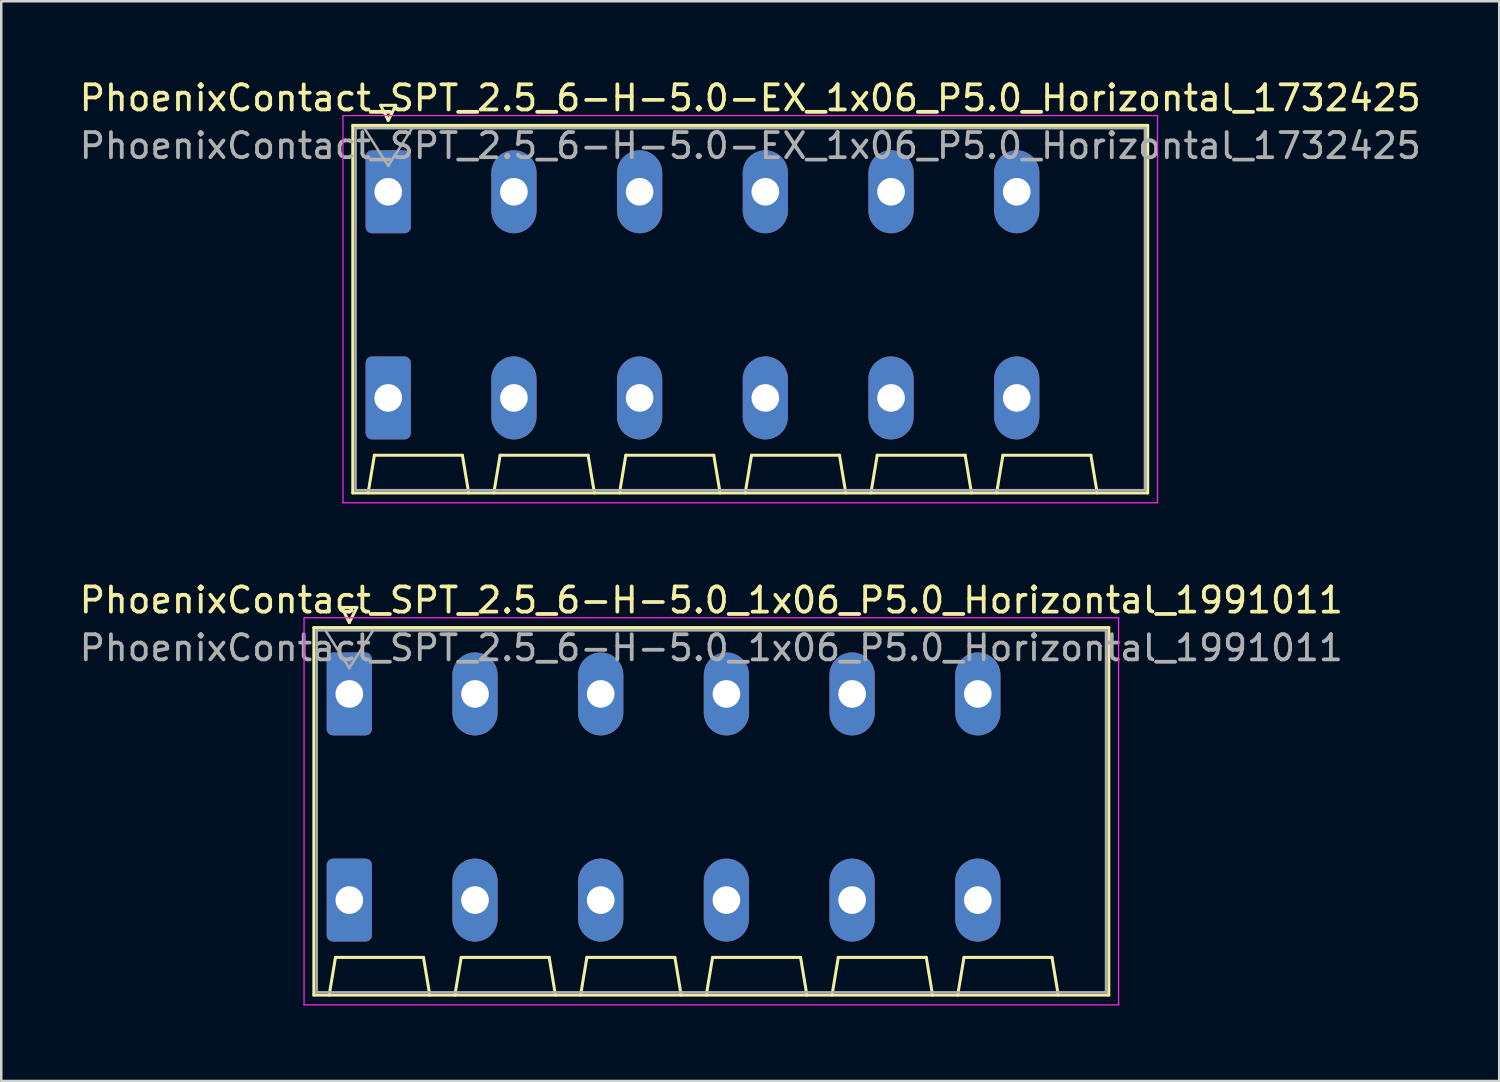
<source format=kicad_pcb>
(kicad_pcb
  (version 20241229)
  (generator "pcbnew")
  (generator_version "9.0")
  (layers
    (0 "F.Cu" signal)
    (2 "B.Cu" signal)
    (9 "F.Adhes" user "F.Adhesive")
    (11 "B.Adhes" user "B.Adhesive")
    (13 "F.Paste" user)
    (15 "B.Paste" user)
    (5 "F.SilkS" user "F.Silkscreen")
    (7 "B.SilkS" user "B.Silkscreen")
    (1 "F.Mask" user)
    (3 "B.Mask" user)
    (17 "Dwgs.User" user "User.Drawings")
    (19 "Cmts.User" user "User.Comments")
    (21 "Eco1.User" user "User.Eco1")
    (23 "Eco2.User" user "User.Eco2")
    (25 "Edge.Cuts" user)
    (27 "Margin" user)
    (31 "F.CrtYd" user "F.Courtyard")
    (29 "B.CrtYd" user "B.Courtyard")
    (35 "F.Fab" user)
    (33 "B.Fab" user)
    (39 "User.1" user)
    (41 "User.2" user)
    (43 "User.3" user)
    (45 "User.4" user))
  (footprint "PhoenixContact_SPT_2.5_6-H-5.0-EX_1x06_P5.0_Horizontal_1732425"
    (layer "F.Cu")
    (at 12.392 4.578)
    (property "Reference" "PhoenixContact_SPT_2.5_6-H-5.0-EX_1x06_P5.0_Horizontal_1732425" (at 14.4 -3.73 0) (layer "F.SilkS") (effects (font (size 1 1) (thickness 0.15))))
    (attr through_hole)
    (fp_line (start -1.41 -2.64) (end 30.21 -2.64) (stroke (width 0.12) (type solid)) (layer "F.SilkS"))
    (fp_line (start -1.41 11.98) (end -1.41 -2.64) (stroke (width 0.12) (type solid)) (layer "F.SilkS"))
    (fp_line (start -0.8 11.98) (end -0.55 10.48) (stroke (width 0.12) (type solid)) (layer "F.SilkS"))
    (fp_line (start -0.55 10.48) (end 2.95 10.48) (stroke (width 0.12) (type solid)) (layer "F.SilkS"))
    (fp_line (start -0.3 -3.44) (end 0 -2.84) (stroke (width 0.12) (type solid)) (layer "F.SilkS"))
    (fp_line (start -0.3 -3.44) (end 0.3 -3.44) (stroke (width 0.12) (type solid)) (layer "F.SilkS"))
    (fp_line (start 0.3 -3.44) (end 0 -2.84) (stroke (width 0.12) (type solid)) (layer "F.SilkS"))
    (fp_line (start 3.2 11.98) (end 2.95 10.48) (stroke (width 0.12) (type solid)) (layer "F.SilkS"))
    (fp_line (start 4.2 11.98) (end 4.45 10.48) (stroke (width 0.12) (type solid)) (layer "F.SilkS"))
    (fp_line (start 4.45 10.48) (end 7.95 10.48) (stroke (width 0.12) (type solid)) (layer "F.SilkS"))
    (fp_line (start 8.2 11.98) (end 7.95 10.48) (stroke (width 0.12) (type solid)) (layer "F.SilkS"))
    (fp_line (start 9.2 11.98) (end 9.45 10.48) (stroke (width 0.12) (type solid)) (layer "F.SilkS"))
    (fp_line (start 9.45 10.48) (end 12.95 10.48) (stroke (width 0.12) (type solid)) (layer "F.SilkS"))
    (fp_line (start 13.2 11.98) (end 12.95 10.48) (stroke (width 0.12) (type solid)) (layer "F.SilkS"))
    (fp_line (start 14.2 11.98) (end 14.45 10.48) (stroke (width 0.12) (type solid)) (layer "F.SilkS"))
    (fp_line (start 14.45 10.48) (end 17.95 10.48) (stroke (width 0.12) (type solid)) (layer "F.SilkS"))
    (fp_line (start 18.2 11.98) (end 17.95 10.48) (stroke (width 0.12) (type solid)) (layer "F.SilkS"))
    (fp_line (start 19.2 11.98) (end 19.45 10.48) (stroke (width 0.12) (type solid)) (layer "F.SilkS"))
    (fp_line (start 19.45 10.48) (end 22.95 10.48) (stroke (width 0.12) (type solid)) (layer "F.SilkS"))
    (fp_line (start 23.2 11.98) (end 22.95 10.48) (stroke (width 0.12) (type solid)) (layer "F.SilkS"))
    (fp_line (start 24.2 11.98) (end 24.45 10.48) (stroke (width 0.12) (type solid)) (layer "F.SilkS"))
    (fp_line (start 24.45 10.48) (end 27.95 10.48) (stroke (width 0.12) (type solid)) (layer "F.SilkS"))
    (fp_line (start 28.2 11.98) (end 27.95 10.48) (stroke (width 0.12) (type solid)) (layer "F.SilkS"))
    (fp_line (start 30.21 -2.64) (end 30.21 11.98) (stroke (width 0.12) (type solid)) (layer "F.SilkS"))
    (fp_line (start 30.21 11.98) (end -1.41 11.98) (stroke (width 0.12) (type solid)) (layer "F.SilkS"))
    (fp_line (start -1.8 -3.03) (end -1.8 12.37) (stroke (width 0.05) (type solid)) (layer "F.CrtYd"))
    (fp_line (start -1.8 12.37) (end 30.6 12.37) (stroke (width 0.05) (type solid)) (layer "F.CrtYd"))
    (fp_line (start 30.6 -3.03) (end -1.8 -3.03) (stroke (width 0.05) (type solid)) (layer "F.CrtYd"))
    (fp_line (start 30.6 12.37) (end 30.6 -3.03) (stroke (width 0.05) (type solid)) (layer "F.CrtYd"))
    (fp_line (start -1.3 -2.53) (end -1.3 11.87) (stroke (width 0.1) (type solid)) (layer "F.Fab"))
    (fp_line (start -1.3 11.87) (end 30.1 11.87) (stroke (width 0.1) (type solid)) (layer "F.Fab"))
    (fp_line (start -0.95 -2.53) (end 0 -1.03) (stroke (width 0.1) (type solid)) (layer "F.Fab"))
    (fp_line (start 0.95 -2.53) (end 0 -1.03) (stroke (width 0.1) (type solid)) (layer "F.Fab"))
    (fp_line (start 30.1 -2.53) (end -1.3 -2.53) (stroke (width 0.1) (type solid)) (layer "F.Fab"))
    (fp_line (start 30.1 11.87) (end 30.1 -2.53) (stroke (width 0.1) (type solid)) (layer "F.Fab"))
    (fp_text user "${REFERENCE}" (at 14.4 -1.83 0) (layer "F.Fab") (effects (font (size 1 1) (thickness 0.15))))
    (pad "1" thru_hole roundrect (at 0 0) (size 1.8 3.3) (drill 1.1) (layers "*.Cu" "*.Mask") (roundrect_rratio 0.139))
    (pad "1" thru_hole roundrect (at 0 8.2) (size 1.8 3.3) (drill 1.1) (layers "*.Cu" "*.Mask") (roundrect_rratio 0.139))
    (pad "2" thru_hole oval (at 5 0) (size 1.8 3.3) (drill 1.1) (layers "*.Cu" "*.Mask"))
    (pad "2" thru_hole oval (at 5 8.2) (size 1.8 3.3) (drill 1.1) (layers "*.Cu" "*.Mask"))
    (pad "3" thru_hole oval (at 10 0) (size 1.8 3.3) (drill 1.1) (layers "*.Cu" "*.Mask"))
    (pad "3" thru_hole oval (at 10 8.2) (size 1.8 3.3) (drill 1.1) (layers "*.Cu" "*.Mask"))
    (pad "4" thru_hole oval (at 15 0) (size 1.8 3.3) (drill 1.1) (layers "*.Cu" "*.Mask"))
    (pad "4" thru_hole oval (at 15 8.2) (size 1.8 3.3) (drill 1.1) (layers "*.Cu" "*.Mask"))
    (pad "5" thru_hole oval (at 20 0) (size 1.8 3.3) (drill 1.1) (layers "*.Cu" "*.Mask"))
    (pad "5" thru_hole oval (at 20 8.2) (size 1.8 3.3) (drill 1.1) (layers "*.Cu" "*.Mask"))
    (pad "6" thru_hole oval (at 25 0) (size 1.8 3.3) (drill 1.1) (layers "*.Cu" "*.Mask"))
    (pad "6" thru_hole oval (at 25 8.2) (size 1.8 3.3) (drill 1.1) (layers "*.Cu" "*.Mask")))
  (footprint "PhoenixContact_SPT_2.5_6-H-5.0_1x06_P5.0_Horizontal_1991011"
    (layer "F.Cu")
    (at 10.844 24.552)
    (property "Reference" "PhoenixContact_SPT_2.5_6-H-5.0_1x06_P5.0_Horizontal_1991011" (at 14.4 -3.73 0) (layer "F.SilkS") (effects (font (size 1 1) (thickness 0.15))))
    (attr through_hole)
    (fp_line (start -1.41 -2.64) (end 30.21 -2.64) (stroke (width 0.12) (type solid)) (layer "F.SilkS"))
    (fp_line (start -1.41 11.98) (end -1.41 -2.64) (stroke (width 0.12) (type solid)) (layer "F.SilkS"))
    (fp_line (start -0.8 11.98) (end -0.55 10.48) (stroke (width 0.12) (type solid)) (layer "F.SilkS"))
    (fp_line (start -0.55 10.48) (end 2.95 10.48) (stroke (width 0.12) (type solid)) (layer "F.SilkS"))
    (fp_line (start -0.3 -3.44) (end 0 -2.84) (stroke (width 0.12) (type solid)) (layer "F.SilkS"))
    (fp_line (start -0.3 -3.44) (end 0.3 -3.44) (stroke (width 0.12) (type solid)) (layer "F.SilkS"))
    (fp_line (start 0.3 -3.44) (end 0 -2.84) (stroke (width 0.12) (type solid)) (layer "F.SilkS"))
    (fp_line (start 3.2 11.98) (end 2.95 10.48) (stroke (width 0.12) (type solid)) (layer "F.SilkS"))
    (fp_line (start 4.2 11.98) (end 4.45 10.48) (stroke (width 0.12) (type solid)) (layer "F.SilkS"))
    (fp_line (start 4.45 10.48) (end 7.95 10.48) (stroke (width 0.12) (type solid)) (layer "F.SilkS"))
    (fp_line (start 8.2 11.98) (end 7.95 10.48) (stroke (width 0.12) (type solid)) (layer "F.SilkS"))
    (fp_line (start 9.2 11.98) (end 9.45 10.48) (stroke (width 0.12) (type solid)) (layer "F.SilkS"))
    (fp_line (start 9.45 10.48) (end 12.95 10.48) (stroke (width 0.12) (type solid)) (layer "F.SilkS"))
    (fp_line (start 13.2 11.98) (end 12.95 10.48) (stroke (width 0.12) (type solid)) (layer "F.SilkS"))
    (fp_line (start 14.2 11.98) (end 14.45 10.48) (stroke (width 0.12) (type solid)) (layer "F.SilkS"))
    (fp_line (start 14.45 10.48) (end 17.95 10.48) (stroke (width 0.12) (type solid)) (layer "F.SilkS"))
    (fp_line (start 18.2 11.98) (end 17.95 10.48) (stroke (width 0.12) (type solid)) (layer "F.SilkS"))
    (fp_line (start 19.2 11.98) (end 19.45 10.48) (stroke (width 0.12) (type solid)) (layer "F.SilkS"))
    (fp_line (start 19.45 10.48) (end 22.95 10.48) (stroke (width 0.12) (type solid)) (layer "F.SilkS"))
    (fp_line (start 23.2 11.98) (end 22.95 10.48) (stroke (width 0.12) (type solid)) (layer "F.SilkS"))
    (fp_line (start 24.2 11.98) (end 24.45 10.48) (stroke (width 0.12) (type solid)) (layer "F.SilkS"))
    (fp_line (start 24.45 10.48) (end 27.95 10.48) (stroke (width 0.12) (type solid)) (layer "F.SilkS"))
    (fp_line (start 28.2 11.98) (end 27.95 10.48) (stroke (width 0.12) (type solid)) (layer "F.SilkS"))
    (fp_line (start 30.21 -2.64) (end 30.21 11.98) (stroke (width 0.12) (type solid)) (layer "F.SilkS"))
    (fp_line (start 30.21 11.98) (end -1.41 11.98) (stroke (width 0.12) (type solid)) (layer "F.SilkS"))
    (fp_line (start -1.8 -3.03) (end -1.8 12.37) (stroke (width 0.05) (type solid)) (layer "F.CrtYd"))
    (fp_line (start -1.8 12.37) (end 30.6 12.37) (stroke (width 0.05) (type solid)) (layer "F.CrtYd"))
    (fp_line (start 30.6 -3.03) (end -1.8 -3.03) (stroke (width 0.05) (type solid)) (layer "F.CrtYd"))
    (fp_line (start 30.6 12.37) (end 30.6 -3.03) (stroke (width 0.05) (type solid)) (layer "F.CrtYd"))
    (fp_line (start -1.3 -2.53) (end -1.3 11.87) (stroke (width 0.1) (type solid)) (layer "F.Fab"))
    (fp_line (start -1.3 11.87) (end 30.1 11.87) (stroke (width 0.1) (type solid)) (layer "F.Fab"))
    (fp_line (start -0.95 -2.53) (end 0 -1.03) (stroke (width 0.1) (type solid)) (layer "F.Fab"))
    (fp_line (start 0.95 -2.53) (end 0 -1.03) (stroke (width 0.1) (type solid)) (layer "F.Fab"))
    (fp_line (start 30.1 -2.53) (end -1.3 -2.53) (stroke (width 0.1) (type solid)) (layer "F.Fab"))
    (fp_line (start 30.1 11.87) (end 30.1 -2.53) (stroke (width 0.1) (type solid)) (layer "F.Fab"))
    (fp_text user "${REFERENCE}" (at 14.4 -1.83 0) (layer "F.Fab") (effects (font (size 1 1) (thickness 0.15))))
    (pad "1" thru_hole roundrect (at 0 0) (size 1.8 3.3) (drill 1.1) (layers "*.Cu" "*.Mask") (roundrect_rratio 0.139))
    (pad "1" thru_hole roundrect (at 0 8.2) (size 1.8 3.3) (drill 1.1) (layers "*.Cu" "*.Mask") (roundrect_rratio 0.139))
    (pad "2" thru_hole oval (at 5 0) (size 1.8 3.3) (drill 1.1) (layers "*.Cu" "*.Mask"))
    (pad "2" thru_hole oval (at 5 8.2) (size 1.8 3.3) (drill 1.1) (layers "*.Cu" "*.Mask"))
    (pad "3" thru_hole oval (at 10 0) (size 1.8 3.3) (drill 1.1) (layers "*.Cu" "*.Mask"))
    (pad "3" thru_hole oval (at 10 8.2) (size 1.8 3.3) (drill 1.1) (layers "*.Cu" "*.Mask"))
    (pad "4" thru_hole oval (at 15 0) (size 1.8 3.3) (drill 1.1) (layers "*.Cu" "*.Mask"))
    (pad "4" thru_hole oval (at 15 8.2) (size 1.8 3.3) (drill 1.1) (layers "*.Cu" "*.Mask"))
    (pad "5" thru_hole oval (at 20 0) (size 1.8 3.3) (drill 1.1) (layers "*.Cu" "*.Mask"))
    (pad "5" thru_hole oval (at 20 8.2) (size 1.8 3.3) (drill 1.1) (layers "*.Cu" "*.Mask"))
    (pad "6" thru_hole oval (at 25 0) (size 1.8 3.3) (drill 1.1) (layers "*.Cu" "*.Mask"))
    (pad "6" thru_hole oval (at 25 8.2) (size 1.8 3.3) (drill 1.1) (layers "*.Cu" "*.Mask")))
  (gr_rect
    (start -3 -3)
    (end 56.583 39.947)
    (stroke (width 0.1) (type default))
    (fill no)
    (layer "Edge.Cuts")))
</source>
